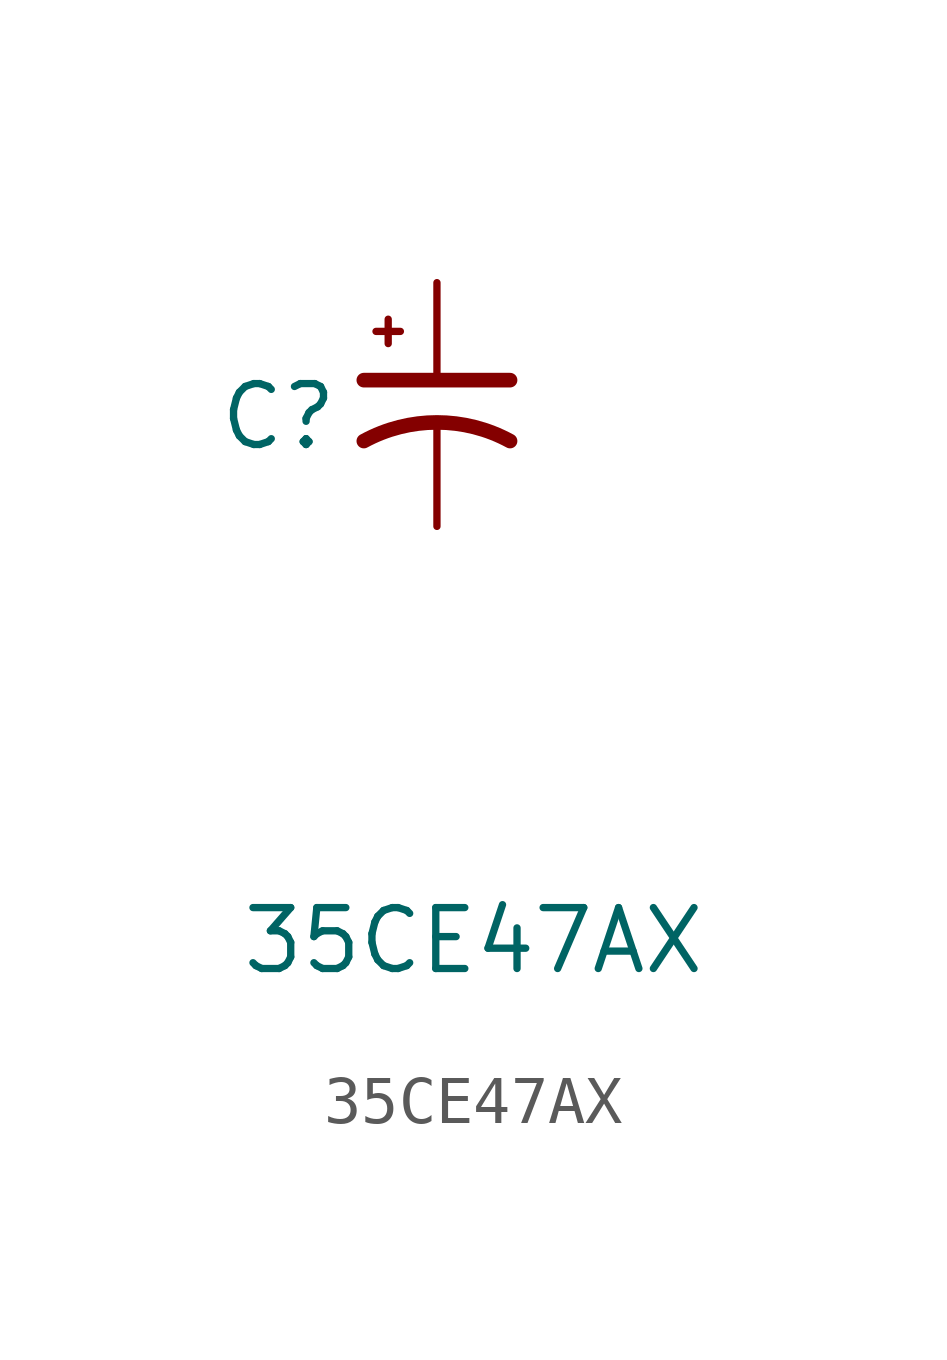
<source format=kicad_sym>
(kicad_symbol_lib
  (version 20220914)
  (generator kicad_symbol_editor)
  (symbol "35CE47AX"
    (pin_numbers hide)
    (pin_names hide)
    (property "Reference" "C"
      (at -3.302 -0.254 0)
      (effects (font (size 1.27 1.27))))
    (property "Value" "35CE47AX"
      (at 0.762 -11.176 0)
      (effects (font (size 1.27 1.27))))
    (symbol "35CE47AX_0_1"
      (polyline (pts (xy -1.524 0.508) (xy 1.524 0.508)) (stroke (width 0.305) (type default)) (fill (type none)))
      (polyline (pts (xy -1.27 1.524) (xy -0.762 1.524)) (stroke (width 0) (type default)) (fill (type none)))
      (polyline (pts (xy -1.016 1.27) (xy -1.016 1.778)) (stroke (width 0) (type default)) (fill (type none)))
      (arc (start 1.524 -0.762) (mid 0 -0.3734) (end -1.524 -0.762) (stroke (width 0.3048) (type default)) (fill (type none))))
    (symbol "35CE47AX_1_1"
      (pin passive line (at 0 2.54 270) (length 2.032) (name "~" (effects (font (size 1.27 1.27)))) (number "1" (effects (font (size 1.27 1.27)))))
      (pin passive line (at 0 -2.54 90) (length 2.032) (name "~" (effects (font (size 1.27 1.27)))) (number "2" (effects (font (size 1.27 1.27))))))))
</source>
